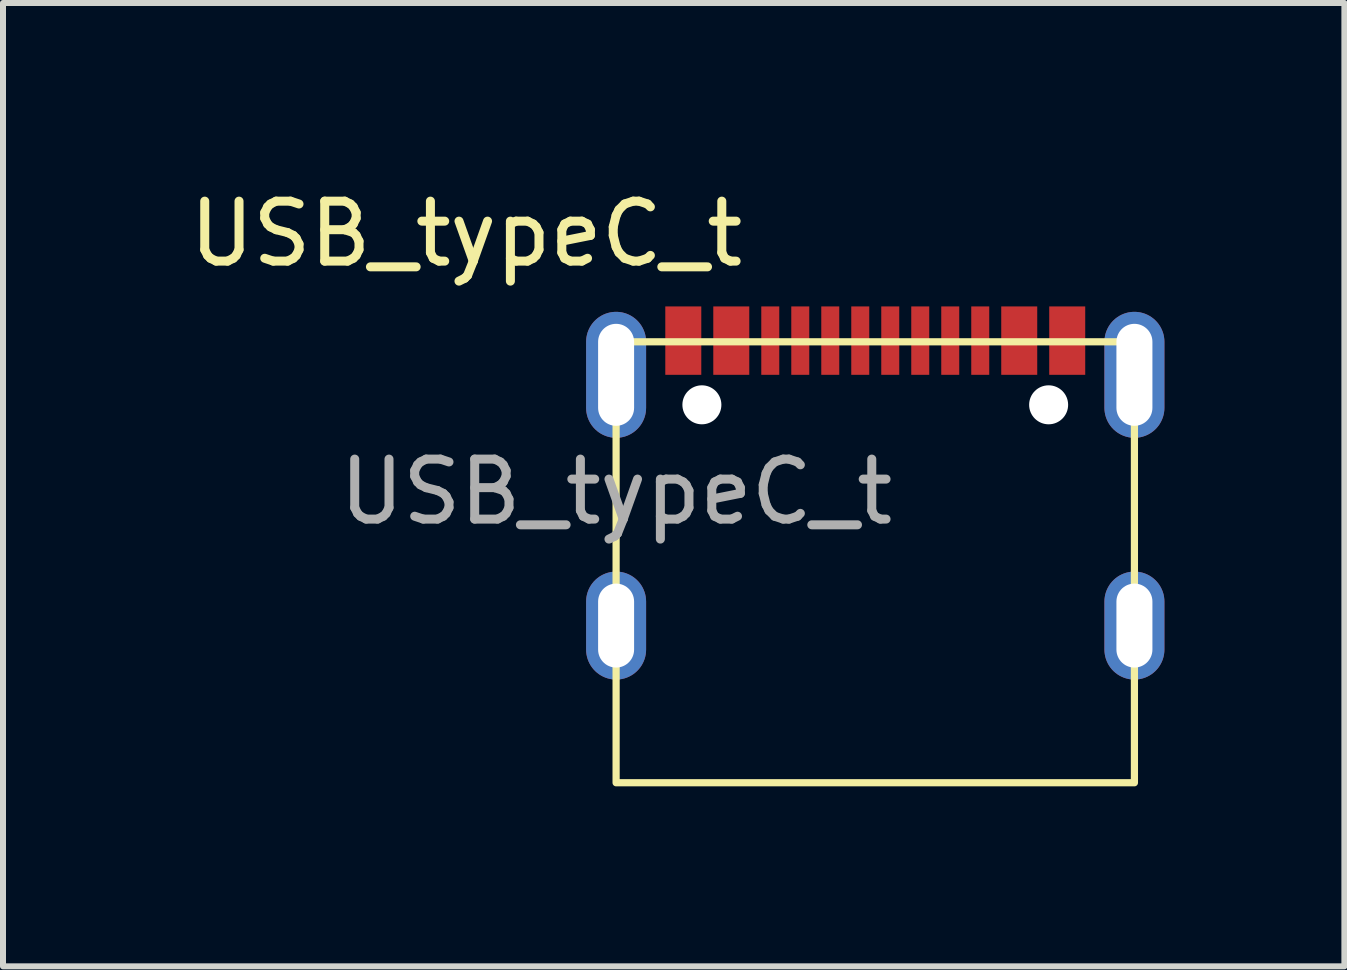
<source format=kicad_pcb>
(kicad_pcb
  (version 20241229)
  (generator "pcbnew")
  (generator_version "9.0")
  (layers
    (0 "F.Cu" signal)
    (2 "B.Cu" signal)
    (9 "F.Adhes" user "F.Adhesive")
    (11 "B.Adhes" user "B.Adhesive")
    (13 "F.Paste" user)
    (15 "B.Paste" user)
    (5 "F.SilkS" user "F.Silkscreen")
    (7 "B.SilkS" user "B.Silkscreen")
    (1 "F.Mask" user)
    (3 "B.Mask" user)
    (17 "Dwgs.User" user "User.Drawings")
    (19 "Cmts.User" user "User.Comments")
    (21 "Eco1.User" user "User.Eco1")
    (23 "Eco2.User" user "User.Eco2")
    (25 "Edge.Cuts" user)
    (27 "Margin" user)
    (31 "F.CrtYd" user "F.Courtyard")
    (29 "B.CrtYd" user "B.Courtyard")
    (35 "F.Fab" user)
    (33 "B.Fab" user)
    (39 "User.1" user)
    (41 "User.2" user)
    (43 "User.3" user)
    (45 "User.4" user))
  (footprint "USB_typeC_t"
    (layer "F.Cu")
    (at 7.22 2.648)
    (property "Reference" "USB_typeC_t" (at -2.5 -1.8 0) (unlocked yes) (layer "F.SilkS") (effects (font (size 1 1) (thickness 0.15))))
    (attr through_hole)
    (fp_rect (start 0 0) (end 8.64 7.35) (stroke (width 0.12) (type solid)) (fill no) (layer "F.SilkS"))
    (fp_text user "${REFERENCE}" (at 0 2.5 0) (unlocked yes) (layer "F.Fab") (effects (font (size 1 1) (thickness 0.15))))
    (pad "" np_thru_hole circle (at 1.43 1.05 90) (size 0.65 0.65) (drill 0.65) (layers "*.Cu" "*.Mask"))
    (pad "" np_thru_hole circle (at 7.21 1.05 90) (size 0.65 0.65) (drill 0.65) (layers "*.Cu" "*.Mask"))
    (pad "1" smd rect (at 1.12 -0.02 180) (size 0.6 1.14) (layers "F.Cu" "F.Mask" "F.Paste"))
    (pad "2" smd rect (at 1.92 -0.02 180) (size 0.6 1.14) (layers "F.Cu" "F.Mask" "F.Paste"))
    (pad "3" smd rect (at 2.57 -0.02 180) (size 0.3 1.14) (layers "F.Cu" "F.Mask" "F.Paste"))
    (pad "4" smd rect (at 3.07 -0.02 180) (size 0.3 1.14) (layers "F.Cu" "F.Mask" "F.Paste"))
    (pad "5" smd rect (at 3.57 -0.02 180) (size 0.3 1.14) (layers "F.Cu" "F.Mask" "F.Paste"))
    (pad "6" smd rect (at 4.07 -0.02 180) (size 0.3 1.14) (layers "F.Cu" "F.Mask" "F.Paste"))
    (pad "7" smd rect (at 4.57 -0.02 180) (size 0.3 1.14) (layers "F.Cu" "F.Mask" "F.Paste"))
    (pad "8" smd rect (at 5.07 -0.02 180) (size 0.3 1.14) (layers "F.Cu" "F.Mask" "F.Paste"))
    (pad "9" smd rect (at 5.57 -0.02 180) (size 0.3 1.14) (layers "F.Cu" "F.Mask" "F.Paste"))
    (pad "10" smd rect (at 6.07 -0.02 180) (size 0.3 1.14) (layers "F.Cu" "F.Mask" "F.Paste"))
    (pad "11" smd rect (at 6.72 -0.02 180) (size 0.6 1.14) (layers "F.Cu" "F.Mask" "F.Paste"))
    (pad "12" smd rect (at 7.52 -0.02 180) (size 0.6 1.14) (layers "F.Cu" "F.Mask" "F.Paste"))
    (pad "SHIELD" thru_hole oval (at 0 0.55 90) (size 2.1 1) (drill oval 1.7 0.6) (layers "*.Cu" "*.Mask"))
    (pad "SHIELD" thru_hole oval (at 0 4.73 90) (size 1.8 1) (drill oval 1.4 0.6) (layers "*.Cu" "*.Mask"))
    (pad "SHIELD" thru_hole oval (at 8.64 0.55 90) (size 2.1 1) (drill oval 1.7 0.6) (layers "*.Cu" "*.Mask"))
    (pad "SHIELD" thru_hole oval (at 8.64 4.73 90) (size 1.8 1) (drill oval 1.4 0.6) (layers "*.Cu" "*.Mask")))
  (gr_rect
    (start -3 -3)
    (end 19.36 13.058)
    (stroke (width 0.1) (type default))
    (fill no)
    (layer "Edge.Cuts")))
</source>
